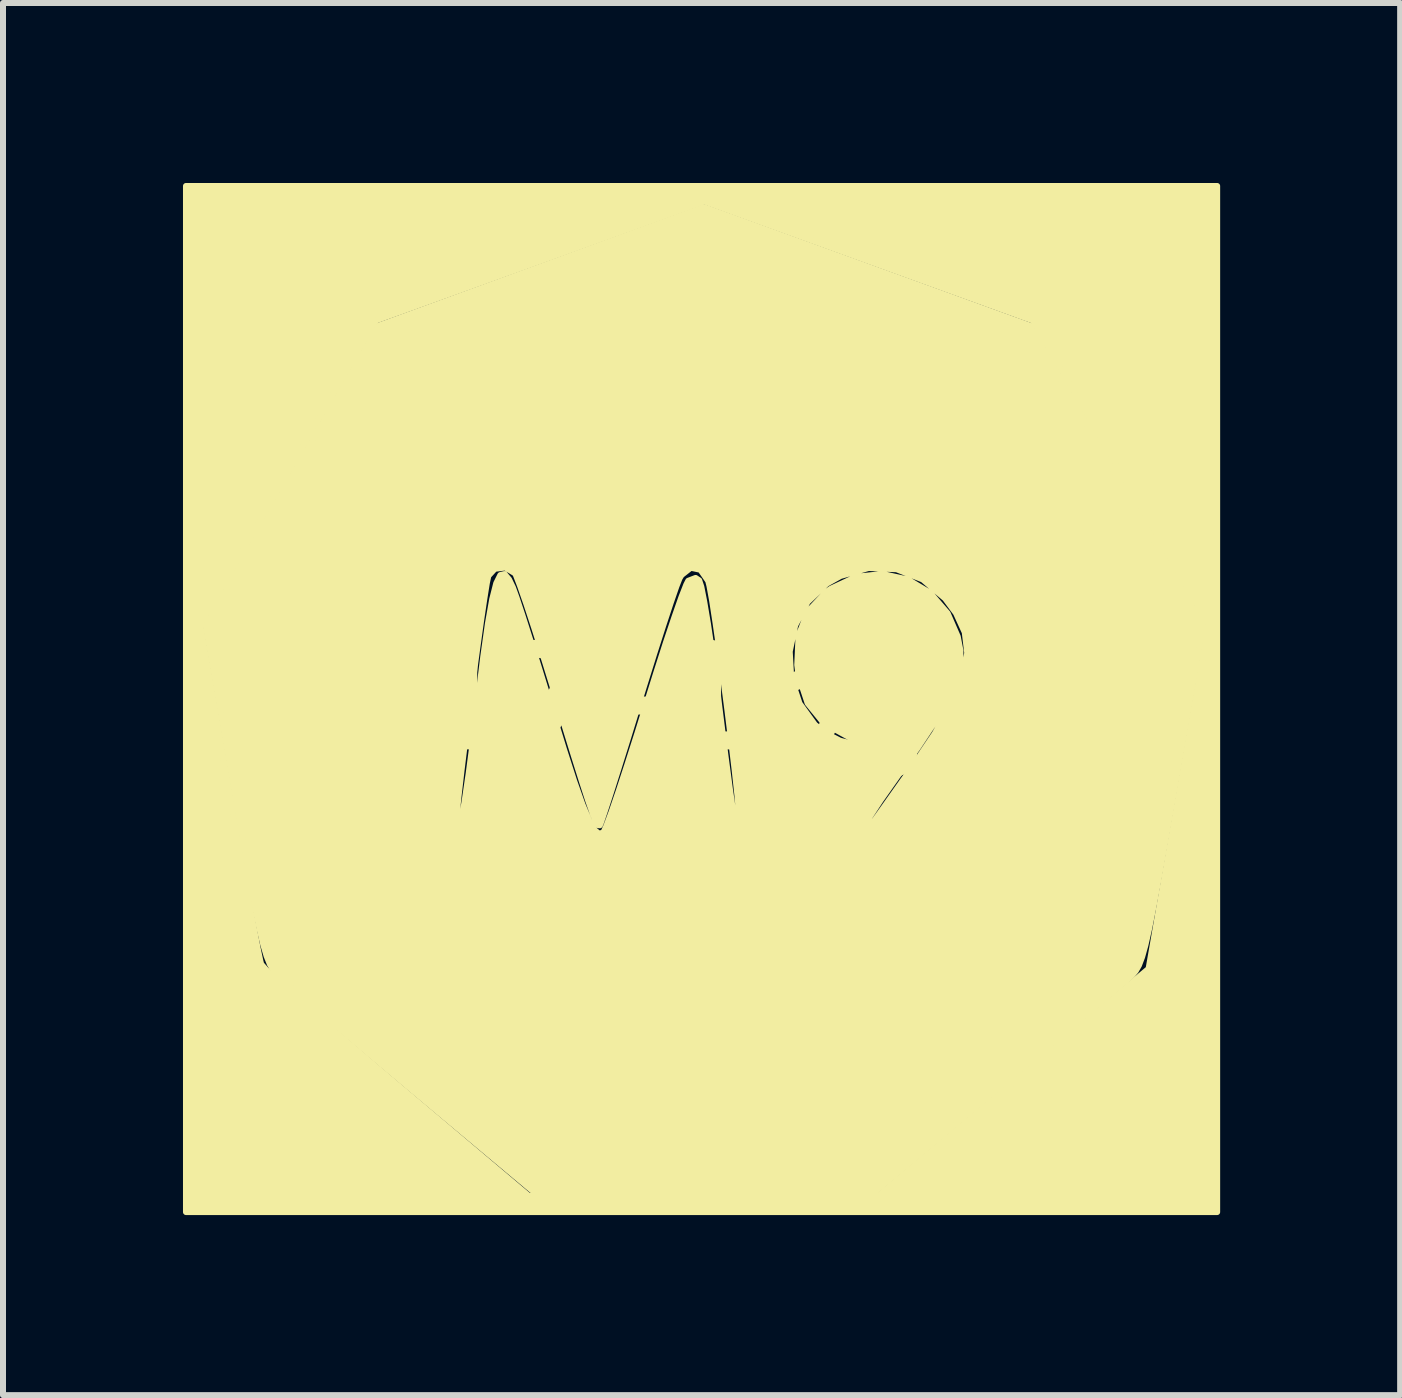
<source format=kicad_pcb>
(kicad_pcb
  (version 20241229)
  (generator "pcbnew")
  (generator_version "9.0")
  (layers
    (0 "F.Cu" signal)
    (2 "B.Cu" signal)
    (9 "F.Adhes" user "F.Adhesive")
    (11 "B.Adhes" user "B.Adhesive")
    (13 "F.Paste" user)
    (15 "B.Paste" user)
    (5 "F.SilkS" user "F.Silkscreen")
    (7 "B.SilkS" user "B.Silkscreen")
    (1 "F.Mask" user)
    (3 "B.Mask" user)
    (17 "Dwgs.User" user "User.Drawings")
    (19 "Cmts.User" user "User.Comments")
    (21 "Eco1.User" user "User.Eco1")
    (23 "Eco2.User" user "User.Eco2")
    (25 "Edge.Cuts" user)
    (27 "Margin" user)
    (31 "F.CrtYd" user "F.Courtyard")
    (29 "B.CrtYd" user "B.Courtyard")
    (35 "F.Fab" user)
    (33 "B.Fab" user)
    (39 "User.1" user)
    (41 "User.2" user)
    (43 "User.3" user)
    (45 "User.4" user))
  (footprint "M9-Logo"
    (layer "F.Cu")
    (at 8.601 8.601)
    (property "Reference" "M9-Logo" (at 0 0 0) (layer "F.SilkS") (effects (font (size 1.524 1.524) (thickness 0.3))))
    (attr through_hole)
    (fp_poly (pts (xy 8.636 8.551) (xy 8.49 8.551) (xy 8.49 -1.241) (xy 7.026 -3.775) (xy 5.563 -6.309) (xy 2.826 -7.301) (xy 0.089 -8.293) (xy -2.65 -7.3) (xy -5.388 -6.308) (xy -6.85 -3.773) (xy -8.313 -1.238) (xy -7.834 1.519) (xy -7.718 2.186) (xy -7.608 2.804) (xy -7.508 3.351) (xy -7.423 3.808) (xy -7.357 4.152) (xy -7.312 4.363) (xy -7.298 4.419) (xy -7.221 4.507) (xy -7.03 4.689) (xy -6.739 4.952) (xy -6.366 5.282) (xy -5.924 5.666) (xy -5.43 6.09) (xy -5.038 6.423) (xy -2.836 8.283) (xy 0.066 8.29) (xy 2.968 8.297) (xy 5.23 6.397) (xy 7.493 4.496) (xy 7.992 1.627) (xy 8.49 -1.241) (xy 8.49 8.551) (xy 0.042 8.551) (xy -8.551 8.551) (xy -8.551 0) (xy -8.551 -8.551) (xy 0.042 -8.551) (xy 8.636 -8.551) (xy 8.636 0) (xy 8.636 8.551)) (stroke (width 0.1) (type solid)) (fill yes) (layer "F.SilkS"))
    (fp_poly (pts (xy 8.402 -1.228) (xy 7.907 1.603) (xy 7.773 2.365) (xy 7.664 2.978) (xy 7.575 3.46) (xy 7.502 3.829) (xy 7.44 4.103) (xy 7.385 4.3) (xy 7.333 4.437) (xy 7.279 4.532) (xy 7.218 4.604) (xy 7.156 4.663) (xy 7.028 4.775) (xy 6.788 4.979) (xy 6.455 5.26) (xy 6.048 5.604) (xy 5.585 5.993) (xy 5.085 6.412) (xy 4.917 6.553) (xy 4.47 6.926) (xy 4.47 -0.768) (xy 4.429 -1.111) (xy 4.283 -1.431) (xy 4.101 -1.676) (xy 3.728 -1.993) (xy 3.293 -2.163) (xy 2.826 -2.184) (xy 2.358 -2.051) (xy 2.128 -1.923) (xy 1.809 -1.618) (xy 1.603 -1.228) (xy 1.512 -0.791) (xy 1.537 -0.345) (xy 1.676 0.074) (xy 1.931 0.427) (xy 2.108 0.57) (xy 2.349 0.694) (xy 2.578 0.754) (xy 2.616 0.755) (xy 2.724 0.743) (xy 2.697 0.708) (xy 2.523 0.638) (xy 2.475 0.621) (xy 2.081 0.403) (xy 1.81 0.07) (xy 1.661 -0.38) (xy 1.637 -0.568) (xy 1.659 -1.06) (xy 1.817 -1.46) (xy 2.119 -1.782) (xy 2.198 -1.839) (xy 2.623 -2.038) (xy 3.06 -2.084) (xy 3.48 -1.991) (xy 3.852 -1.768) (xy 4.144 -1.429) (xy 4.312 -1.042) (xy 4.358 -0.804) (xy 4.354 -0.567) (xy 4.29 -0.309) (xy 4.158 -0.009) (xy 3.946 0.357) (xy 3.646 0.81) (xy 3.248 1.371) (xy 3.248 1.371) (xy 3.028 1.683) (xy 2.852 1.951) (xy 2.739 2.141) (xy 2.709 2.215) (xy 2.708 2.259) (xy 2.714 2.282) (xy 2.741 2.264) (xy 2.803 2.19) (xy 2.914 2.04) (xy 3.087 1.797) (xy 3.337 1.444) (xy 3.514 1.194) (xy 3.929 0.577) (xy 4.224 0.057) (xy 4.403 -0.386) (xy 4.47 -0.768) (xy 4.47 6.926) (xy 2.933 8.213) (xy 0.679 8.213) (xy 0.679 2.11) (xy 0.669 1.919) (xy 0.639 1.601) (xy 0.594 1.186) (xy 0.537 0.704) (xy 0.473 0.185) (xy 0.405 -0.339) (xy 0.337 -0.839) (xy 0.273 -1.283) (xy 0.218 -1.642) (xy 0.174 -1.884) (xy 0.153 -1.968) (xy 0.024 -2.154) (xy -0.137 -2.188) (xy -0.292 -2.066) (xy -0.325 -2.011) (xy -0.377 -1.878) (xy -0.47 -1.609) (xy -0.596 -1.227) (xy -0.746 -0.759) (xy -0.912 -0.229) (xy -1.021 0.125) (xy -1.189 0.669) (xy -1.342 1.158) (xy -1.472 1.568) (xy -1.573 1.877) (xy -1.636 2.062) (xy -1.654 2.105) (xy -1.678 2.103) (xy -1.715 2.045) (xy -1.769 1.916) (xy -1.846 1.699) (xy -1.95 1.379) (xy -2.088 0.94) (xy -2.265 0.367) (xy -2.428 -0.168) (xy -2.593 -0.7) (xy -2.745 -1.18) (xy -2.878 -1.584) (xy -2.983 -1.886) (xy -3.051 -2.063) (xy -3.068 -2.095) (xy -3.229 -2.192) (xy -3.404 -2.17) (xy -3.511 -2.053) (xy -3.537 -1.93) (xy -3.579 -1.667) (xy -3.634 -1.295) (xy -3.697 -0.842) (xy -3.765 -0.338) (xy -3.833 0.188) (xy -3.899 0.706) (xy -3.958 1.189) (xy -4.006 1.605) (xy -4.04 1.927) (xy -4.056 2.124) (xy -4.057 2.159) (xy -4.041 2.278) (xy -4.01 2.236) (xy -3.965 2.044) (xy -3.908 1.708) (xy -3.839 1.239) (xy -3.761 0.644) (xy -3.683 0) (xy -3.596 -0.71) (xy -3.518 -1.262) (xy -3.447 -1.665) (xy -3.38 -1.929) (xy -3.312 -2.066) (xy -3.242 -2.083) (xy -3.166 -1.993) (xy -3.101 -1.857) (xy -3.041 -1.69) (xy -2.941 -1.389) (xy -2.812 -0.984) (xy -2.662 -0.504) (xy -2.5 0.022) (xy -2.456 0.169) (xy -2.249 0.844) (xy -2.08 1.369) (xy -1.943 1.757) (xy -1.833 2.024) (xy -1.743 2.182) (xy -1.668 2.245) (xy -1.601 2.227) (xy -1.592 2.219) (xy -1.545 2.117) (xy -1.456 1.876) (xy -1.334 1.52) (xy -1.187 1.07) (xy -1.021 0.55) (xy -0.89 0.128) (xy -0.716 -0.429) (xy -0.554 -0.935) (xy -0.41 -1.365) (xy -0.294 -1.697) (xy -0.212 -1.907) (xy -0.179 -1.971) (xy -0.057 -2.018) (xy 0.003 -1.978) (xy 0.038 -1.872) (xy 0.087 -1.623) (xy 0.149 -1.253) (xy 0.218 -0.787) (xy 0.291 -0.249) (xy 0.344 0.172) (xy 0.437 0.916) (xy 0.514 1.495) (xy 0.575 1.915) (xy 0.621 2.179) (xy 0.654 2.292) (xy 0.673 2.257) (xy 0.679 2.11) (xy 0.679 8.213) (xy 0.089 8.213) (xy -2.755 8.213) (xy -4.786 6.513) (xy -5.297 6.083) (xy -5.776 5.678) (xy -6.204 5.314) (xy -6.563 5.006) (xy -6.834 4.77) (xy -7.001 4.62) (xy -7.035 4.587) (xy -7.097 4.514) (xy -7.153 4.42) (xy -7.207 4.286) (xy -7.263 4.096) (xy -7.325 3.83) (xy -7.399 3.471) (xy -7.487 3.002) (xy -7.594 2.403) (xy -7.724 1.656) (xy -7.739 1.566) (xy -8.223 -1.228) (xy -6.782 -3.725) (xy -5.34 -6.223) (xy -2.628 -7.211) (xy 0.083 -8.199) (xy 2.8 -7.211) (xy 5.517 -6.223) (xy 6.96 -3.725) (xy 8.402 -1.228)) (stroke (width 0.1) (type solid)) (fill yes) (layer "F.SilkS")))
  (gr_rect
    (start -3 -3)
    (end 20.287 20.203)
    (stroke (width 0.1) (type default))
    (fill no)
    (layer "Edge.Cuts")))
</source>
